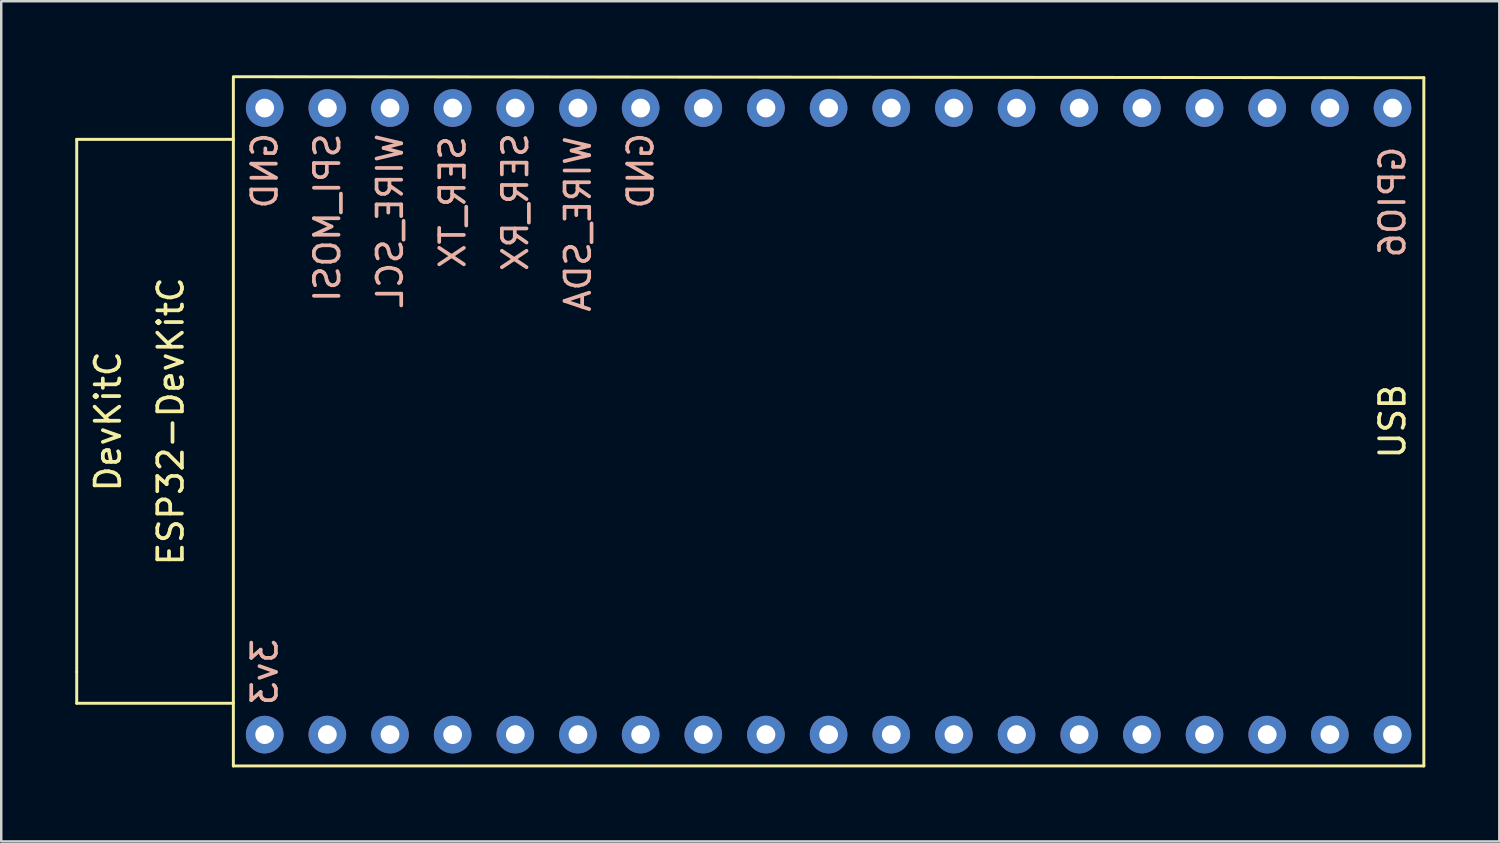
<source format=kicad_pcb>
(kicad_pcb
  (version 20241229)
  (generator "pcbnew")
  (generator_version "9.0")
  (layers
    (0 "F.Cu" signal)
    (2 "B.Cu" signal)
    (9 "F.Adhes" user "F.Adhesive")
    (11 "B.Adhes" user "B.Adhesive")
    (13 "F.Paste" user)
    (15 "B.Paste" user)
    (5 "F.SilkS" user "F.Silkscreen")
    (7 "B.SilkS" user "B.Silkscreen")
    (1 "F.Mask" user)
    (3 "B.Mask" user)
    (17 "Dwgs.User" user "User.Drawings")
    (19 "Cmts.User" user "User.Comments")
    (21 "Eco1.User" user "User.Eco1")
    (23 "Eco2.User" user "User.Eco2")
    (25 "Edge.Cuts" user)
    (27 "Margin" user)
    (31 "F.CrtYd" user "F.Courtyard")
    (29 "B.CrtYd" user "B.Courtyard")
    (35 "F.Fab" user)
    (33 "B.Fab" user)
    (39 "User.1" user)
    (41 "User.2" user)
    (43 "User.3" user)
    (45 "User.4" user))
  (footprint "DevKitC"
    (layer "F.Cu")
    (at 7.68 26.73)
    (property "Reference" "DevKitC" (at -6.35 -12.7 90) (layer "F.SilkS") (effects (font (size 1 1) (thickness 0.15))))
    (attr through_hole)
    (fp_line (start -7.62 -24.13) (end -7.62 -2.54) (stroke (width 0.12) (type solid)) (layer "F.SilkS"))
    (fp_line (start -7.62 -2.54) (end -7.62 -1.27) (stroke (width 0.12) (type solid)) (layer "F.SilkS"))
    (fp_line (start -7.62 -1.27) (end -1.27 -1.27) (stroke (width 0.12) (type solid)) (layer "F.SilkS"))
    (fp_line (start -1.27 -26.67) (end 46.99 -26.63) (stroke (width 0.12) (type solid)) (layer "F.SilkS"))
    (fp_line (start -1.27 -24.13) (end -7.62 -24.13) (stroke (width 0.12) (type solid)) (layer "F.SilkS"))
    (fp_line (start -1.27 1.27) (end -1.27 -26.63) (stroke (width 0.12) (type solid)) (layer "F.SilkS"))
    (fp_line (start 46.99 1.27) (end -1.27 1.27) (stroke (width 0.12) (type solid)) (layer "F.SilkS"))
    (fp_line (start 46.99 1.27) (end 46.99 -26.63) (stroke (width 0.12) (type solid)) (layer "F.SilkS"))
    (fp_text user "USB" (at 45.72 -12.7 90) (layer "F.SilkS") (effects (font (size 1 1) (thickness 0.15))))
    (fp_text user "ESP32-DevKitC" (at -3.81 -12.7 90) (layer "F.SilkS") (effects (font (size 1 1) (thickness 0.15))))
    (fp_text user "GND" (at 15.24 -22.86 90) (layer "B.SilkS") (effects (font (size 1 1) (thickness 0.15)) (justify mirror)))
    (fp_text user "WIRE_SDA" (at 12.7 -20.701 90) (layer "B.SilkS") (effects (font (size 1 1) (thickness 0.15)) (justify mirror)))
    (fp_text user "SPI_MOSI" (at 2.54 -20.955 90) (layer "B.SilkS") (effects (font (size 1 1) (thickness 0.15)) (justify mirror)))
    (fp_text user "3v3" (at 0 -2.54 90) (layer "B.SilkS") (effects (font (size 1 1) (thickness 0.15)) (justify mirror)))
    (fp_text user "SER_TX" (at 7.62 -21.59 90) (layer "B.SilkS") (effects (font (size 1 1) (thickness 0.15)) (justify mirror)))
    (fp_text user "GPIO6" (at 45.72 -21.59 90) (layer "B.SilkS") (effects (font (size 1 1) (thickness 0.15)) (justify mirror)))
    (fp_text user "SER_RX" (at 10.16 -21.59 90) (layer "B.SilkS") (effects (font (size 1 1) (thickness 0.15)) (justify mirror)))
    (fp_text user "GND" (at 0 -22.86 270) (layer "B.SilkS") (effects (font (size 1 1) (thickness 0.15)) (justify mirror)))
    (fp_text user "WIRE_SCL" (at 5.08 -20.828 90) (layer "B.SilkS") (effects (font (size 1 1) (thickness 0.15)) (justify mirror)))
    (pad "1" thru_hole circle (at 0 0) (size 1.524 1.524) (drill 0.762) (layers "*.Cu" "*.Mask"))
    (pad "2" thru_hole circle (at 2.54 0) (size 1.524 1.524) (drill 0.762) (layers "*.Cu" "*.Mask"))
    (pad "3" thru_hole circle (at 5.08 0) (size 1.524 1.524) (drill 0.762) (layers "*.Cu" "*.Mask"))
    (pad "4" thru_hole circle (at 7.62 0) (size 1.524 1.524) (drill 0.762) (layers "*.Cu" "*.Mask"))
    (pad "5" thru_hole circle (at 10.16 0) (size 1.524 1.524) (drill 0.762) (layers "*.Cu" "*.Mask"))
    (pad "6" thru_hole circle (at 12.7 0) (size 1.524 1.524) (drill 0.762) (layers "*.Cu" "*.Mask"))
    (pad "7" thru_hole circle (at 15.24 0) (size 1.524 1.524) (drill 0.762) (layers "*.Cu" "*.Mask"))
    (pad "8" thru_hole circle (at 17.78 0) (size 1.524 1.524) (drill 0.762) (layers "*.Cu" "*.Mask"))
    (pad "9" thru_hole circle (at 20.32 0) (size 1.524 1.524) (drill 0.762) (layers "*.Cu" "*.Mask"))
    (pad "10" thru_hole circle (at 22.86 0) (size 1.524 1.524) (drill 0.762) (layers "*.Cu" "*.Mask"))
    (pad "11" thru_hole circle (at 25.4 0) (size 1.524 1.524) (drill 0.762) (layers "*.Cu" "*.Mask"))
    (pad "12" thru_hole circle (at 27.94 0) (size 1.524 1.524) (drill 0.762) (layers "*.Cu" "*.Mask"))
    (pad "13" thru_hole circle (at 30.48 0) (size 1.524 1.524) (drill 0.762) (layers "*.Cu" "*.Mask"))
    (pad "14" thru_hole circle (at 33.02 0) (size 1.524 1.524) (drill 0.762) (layers "*.Cu" "*.Mask"))
    (pad "15" thru_hole circle (at 35.56 0) (size 1.524 1.524) (drill 0.762) (layers "*.Cu" "*.Mask"))
    (pad "16" thru_hole circle (at 38.1 0) (size 1.524 1.524) (drill 0.762) (layers "*.Cu" "*.Mask"))
    (pad "17" thru_hole circle (at 40.64 0) (size 1.524 1.524) (drill 0.762) (layers "*.Cu" "*.Mask"))
    (pad "18" thru_hole circle (at 43.18 0) (size 1.524 1.524) (drill 0.762) (layers "*.Cu" "*.Mask"))
    (pad "19" thru_hole circle (at 45.72 0) (size 1.524 1.524) (drill 0.762) (layers "*.Cu" "*.Mask"))
    (pad "20" thru_hole circle (at 45.72 -25.4) (size 1.524 1.524) (drill 0.762) (layers "*.Cu" "*.Mask"))
    (pad "21" thru_hole circle (at 43.18 -25.4) (size 1.524 1.524) (drill 0.762) (layers "*.Cu" "*.Mask"))
    (pad "22" thru_hole circle (at 40.64 -25.4) (size 1.524 1.524) (drill 0.762) (layers "*.Cu" "*.Mask"))
    (pad "23" thru_hole circle (at 38.1 -25.4) (size 1.524 1.524) (drill 0.762) (layers "*.Cu" "*.Mask"))
    (pad "24" thru_hole circle (at 35.56 -25.4) (size 1.524 1.524) (drill 0.762) (layers "*.Cu" "*.Mask"))
    (pad "25" thru_hole circle (at 33.02 -25.4) (size 1.524 1.524) (drill 0.762) (layers "*.Cu" "*.Mask"))
    (pad "26" thru_hole circle (at 30.48 -25.4) (size 1.524 1.524) (drill 0.762) (layers "*.Cu" "*.Mask"))
    (pad "27" thru_hole circle (at 27.94 -25.4) (size 1.524 1.524) (drill 0.762) (layers "*.Cu" "*.Mask"))
    (pad "28" thru_hole circle (at 25.4 -25.4) (size 1.524 1.524) (drill 0.762) (layers "*.Cu" "*.Mask"))
    (pad "29" thru_hole circle (at 22.86 -25.4) (size 1.524 1.524) (drill 0.762) (layers "*.Cu" "*.Mask"))
    (pad "30" thru_hole circle (at 20.32 -25.4) (size 1.524 1.524) (drill 0.762) (layers "*.Cu" "*.Mask"))
    (pad "31" thru_hole circle (at 17.78 -25.4) (size 1.524 1.524) (drill 0.762) (layers "*.Cu" "*.Mask"))
    (pad "32" thru_hole circle (at 15.24 -25.4) (size 1.524 1.524) (drill 0.762) (layers "*.Cu" "*.Mask"))
    (pad "33" thru_hole circle (at 12.7 -25.4) (size 1.524 1.524) (drill 0.762) (layers "*.Cu" "*.Mask"))
    (pad "34" thru_hole circle (at 10.16 -25.4) (size 1.524 1.524) (drill 0.762) (layers "*.Cu" "*.Mask"))
    (pad "35" thru_hole circle (at 7.62 -25.4) (size 1.524 1.524) (drill 0.762) (layers "*.Cu" "*.Mask"))
    (pad "36" thru_hole circle (at 5.08 -25.4) (size 1.524 1.524) (drill 0.762) (layers "*.Cu" "*.Mask"))
    (pad "37" thru_hole circle (at 2.54 -25.4) (size 1.524 1.524) (drill 0.762) (layers "*.Cu" "*.Mask"))
    (pad "38" thru_hole circle (at 0 -25.4) (size 1.524 1.524) (drill 0.762) (layers "*.Cu" "*.Mask")))
  (gr_rect
    (start -3 -3)
    (end 57.73 31.06)
    (stroke (width 0.1) (type default))
    (fill no)
    (layer "Edge.Cuts")))
</source>
